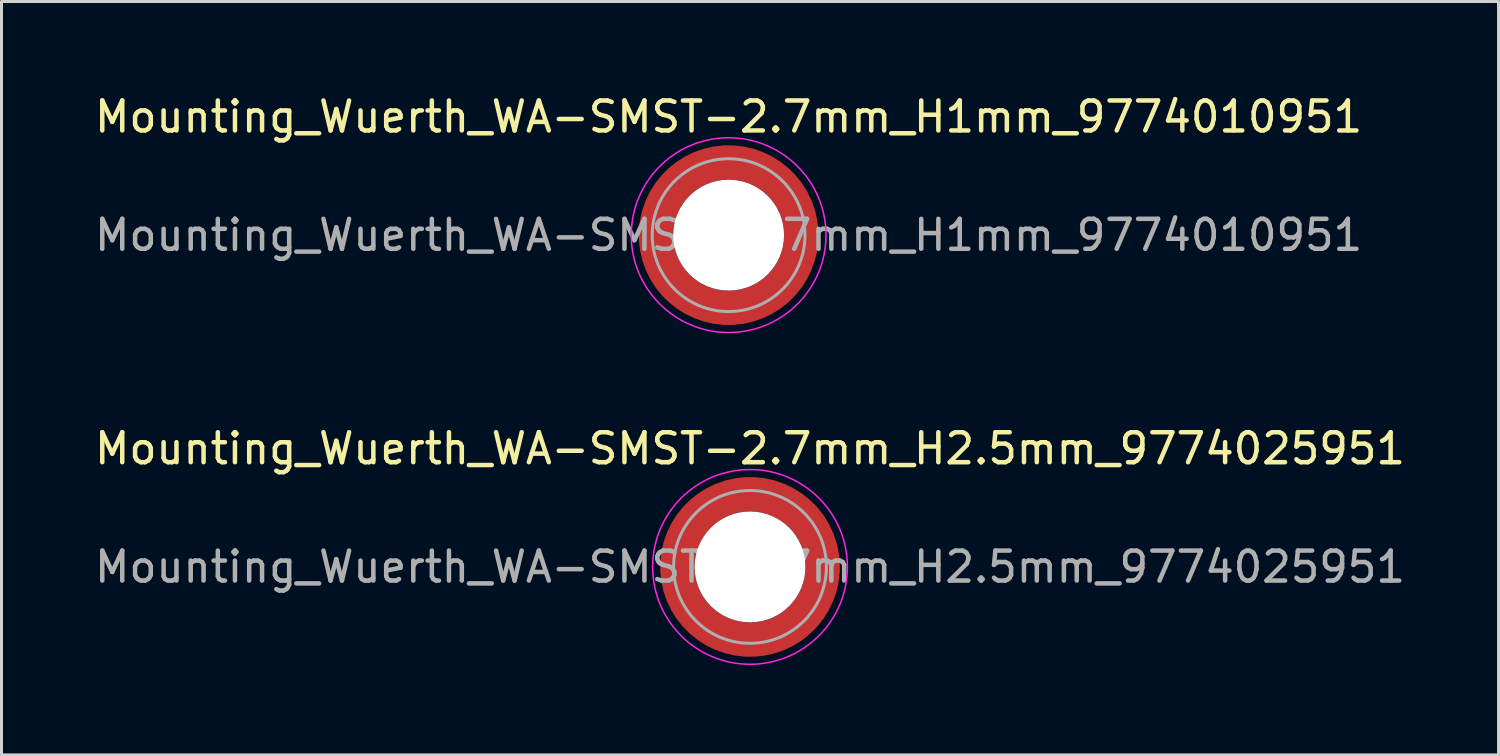
<source format=kicad_pcb>
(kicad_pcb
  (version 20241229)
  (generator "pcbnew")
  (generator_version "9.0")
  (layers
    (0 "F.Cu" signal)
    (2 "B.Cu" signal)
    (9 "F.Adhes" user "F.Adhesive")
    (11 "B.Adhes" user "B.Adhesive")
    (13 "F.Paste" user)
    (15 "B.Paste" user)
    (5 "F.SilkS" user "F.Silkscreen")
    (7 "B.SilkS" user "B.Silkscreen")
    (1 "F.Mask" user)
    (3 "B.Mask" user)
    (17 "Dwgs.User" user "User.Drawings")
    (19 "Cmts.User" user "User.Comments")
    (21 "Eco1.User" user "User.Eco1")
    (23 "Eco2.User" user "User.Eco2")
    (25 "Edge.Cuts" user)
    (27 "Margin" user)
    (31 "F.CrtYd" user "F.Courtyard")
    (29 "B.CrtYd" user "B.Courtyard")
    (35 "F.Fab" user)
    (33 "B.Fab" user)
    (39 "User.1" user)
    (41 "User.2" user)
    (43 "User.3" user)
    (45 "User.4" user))
  (footprint "Mounting_Wuerth_WA-SMST-2.7mm_H1mm_9774010951"
    (layer "F.Cu")
    (at 21.268 4.798)
    (property "Reference" "Mounting_Wuerth_WA-SMST-2.7mm_H1mm_9774010951" (at 0 -3.95 0) (layer "F.SilkS") (effects (font (size 1 1) (thickness 0.15))))
    (attr smd)
    (fp_circle (center 0 0) (end 3.25 0) (stroke (width 0.05) (type solid)) (fill no) (layer "F.CrtYd"))
    (fp_circle (center 0 0) (end 2.55 0) (stroke (width 0.1) (type solid)) (fill no) (layer "F.Fab"))
    (fp_text user "${REFERENCE}" (at 0 0 0) (layer "F.Fab") (effects (font (size 1 1) (thickness 0.15))))
    (pad "" smd custom (at -1.704 -1.704) (size 0.62 0.62) (layers "F.Paste") (options (anchor circle)) (primitives (gr_arc (start -0.250195 1.279127) (mid 0.289146 0.290681) (end 1.277006 -0.249732) (width 0.2)) (gr_arc (start -0.34334 1.279127) (mid 0.224883 0.226093) (end 1.277452 -0.342992) (width 0.2)) (gr_arc (start -0.436309 1.279127) (mid 0.160537 0.16159) (end 1.277666 -0.436018) (width 0.2)) (gr_arc (start -0.529126 1.279127) (mid 0.095932 0.097343) (end 1.277167 -0.528752) (width 0.2)) (gr_arc (start -0.621807 1.279127) (mid 0.0309 0.033527) (end 1.275473 -0.621136) (width 0.2)) (gr_arc (start -0.71437 1.279127) (mid -0.03322 -0.031206) (end 1.276322 -0.713875) (width 0.2)) (gr_arc (start -0.806826 1.279127) (mid -0.097997 -0.095278) (end 1.275336 -0.806181) (width 0.2)) (gr_arc (start -0.899187 1.279127) (mid -0.161977 -0.16015) (end 1.276577 -0.898769) (width 0.2)) (gr_arc (start -0.991463 1.279127) (mid -0.226842 -0.224133) (end 1.275343 -0.990864) (width 0.2)) (gr_arc (start -1.083663 1.279127) (mid -0.291026 -0.288801) (end 1.276016 -1.083187) (width 0.2)) (gr_line (start 1.279 -0.25) (end 1.279 -1.084) (width 0.2)) (gr_line (start -0.25 1.279) (end -1.084 1.279) (width 0.2))))
    (pad "" smd custom (at -1.704 1.704) (size 0.62 0.62) (layers "F.Paste") (options (anchor circle)) (primitives (gr_arc (start 1.279127 0.250195) (mid 0.290681 -0.289146) (end -0.249732 -1.277006) (width 0.2)) (gr_arc (start 1.279127 0.34334) (mid 0.226093 -0.224883) (end -0.342992 -1.277452) (width 0.2)) (gr_arc (start 1.279127 0.436309) (mid 0.16159 -0.160537) (end -0.436018 -1.277666) (width 0.2)) (gr_arc (start 1.279127 0.529126) (mid 0.097343 -0.095932) (end -0.528752 -1.277167) (width 0.2)) (gr_arc (start 1.279127 0.621807) (mid 0.033527 -0.0309) (end -0.621136 -1.275473) (width 0.2)) (gr_arc (start 1.279127 0.71437) (mid -0.031206 0.03322) (end -0.713875 -1.276322) (width 0.2)) (gr_arc (start 1.279127 0.806826) (mid -0.095278 0.097997) (end -0.806181 -1.275336) (width 0.2)) (gr_arc (start 1.279127 0.899187) (mid -0.16015 0.161977) (end -0.898769 -1.276577) (width 0.2)) (gr_arc (start 1.279127 0.991463) (mid -0.224133 0.226842) (end -0.990864 -1.275343) (width 0.2)) (gr_arc (start 1.279127 1.083663) (mid -0.288801 0.291026) (end -1.083187 -1.276016) (width 0.2)) (gr_line (start -0.25 -1.279) (end -1.084 -1.279) (width 0.2)) (gr_line (start 1.279 0.25) (end 1.279 1.084) (width 0.2))))
    (pad "" np_thru_hole circle (at 0 0) (size 3.7 3.7) (drill 3.7) (layers "*.Cu" "*.Mask"))
    (pad "" smd custom (at 1.704 -1.704) (size 0.62 0.62) (layers "F.Paste") (options (anchor circle)) (primitives (gr_arc (start -1.279127 -0.250195) (mid -0.290681 0.289146) (end 0.249732 1.277006) (width 0.2)) (gr_arc (start -1.279127 -0.34334) (mid -0.226093 0.224883) (end 0.342992 1.277452) (width 0.2)) (gr_arc (start -1.279127 -0.436309) (mid -0.16159 0.160537) (end 0.436018 1.277666) (width 0.2)) (gr_arc (start -1.279127 -0.529126) (mid -0.097343 0.095932) (end 0.528752 1.277167) (width 0.2)) (gr_arc (start -1.279127 -0.621807) (mid -0.033527 0.0309) (end 0.621136 1.275473) (width 0.2)) (gr_arc (start -1.279127 -0.71437) (mid 0.031206 -0.03322) (end 0.713875 1.276322) (width 0.2)) (gr_arc (start -1.279127 -0.806826) (mid 0.095278 -0.097997) (end 0.806181 1.275336) (width 0.2)) (gr_arc (start -1.279127 -0.899187) (mid 0.16015 -0.161977) (end 0.898769 1.276577) (width 0.2)) (gr_arc (start -1.279127 -0.991463) (mid 0.224133 -0.226842) (end 0.990864 1.275343) (width 0.2)) (gr_arc (start -1.279127 -1.083663) (mid 0.288801 -0.291026) (end 1.083187 1.276016) (width 0.2)) (gr_line (start 0.25 1.279) (end 1.084 1.279) (width 0.2)) (gr_line (start -1.279 -0.25) (end -1.279 -1.084) (width 0.2))))
    (pad "" smd custom (at 1.704 1.704) (size 0.62 0.62) (layers "F.Paste") (options (anchor circle)) (primitives (gr_arc (start 0.250195 -1.279127) (mid -0.289146 -0.290681) (end -1.277006 0.249732) (width 0.2)) (gr_arc (start 0.34334 -1.279127) (mid -0.224883 -0.226093) (end -1.277452 0.342992) (width 0.2)) (gr_arc (start 0.436309 -1.279127) (mid -0.160537 -0.16159) (end -1.277666 0.436018) (width 0.2)) (gr_arc (start 0.529126 -1.279127) (mid -0.095932 -0.097343) (end -1.277167 0.528752) (width 0.2)) (gr_arc (start 0.621807 -1.279127) (mid -0.0309 -0.033527) (end -1.275473 0.621136) (width 0.2)) (gr_arc (start 0.71437 -1.279127) (mid 0.03322 0.031206) (end -1.276322 0.713875) (width 0.2)) (gr_arc (start 0.806826 -1.279127) (mid 0.097997 0.095278) (end -1.275336 0.806181) (width 0.2)) (gr_arc (start 0.899187 -1.279127) (mid 0.161977 0.16015) (end -1.276577 0.898769) (width 0.2)) (gr_arc (start 0.991463 -1.279127) (mid 0.226842 0.224133) (end -1.275343 0.990864) (width 0.2)) (gr_arc (start 1.083663 -1.279127) (mid 0.291026 0.288801) (end -1.276016 1.083187) (width 0.2)) (gr_line (start -1.279 0.25) (end -1.279 1.084) (width 0.2)) (gr_line (start 0.25 -1.279) (end 1.084 -1.279) (width 0.2))))
    (pad "1" smd circle (at -2.425 0) (size 0.75 0.75) (layers "F.Cu"))
    (pad "1" smd circle (at 0 -2.425) (size 0.75 0.75) (layers "F.Cu"))
    (pad "1" smd circle (at 0 2.425) (size 0.75 0.75) (layers "F.Cu"))
    (pad "1" smd custom (at 2.425 0) (size 0.75 0.75) (layers "F.Cu" "F.Mask") (options (anchor circle)) (primitives (gr_circle (center -2.425 0) (end 0 0) (width 1.15) (fill no)))))
  (footprint "Mounting_Wuerth_WA-SMST-2.7mm_H2.5mm_9774025951"
    (layer "F.Cu")
    (at 21.982 15.871)
    (property "Reference" "Mounting_Wuerth_WA-SMST-2.7mm_H2.5mm_9774025951" (at 0 -3.95 0) (layer "F.SilkS") (effects (font (size 1 1) (thickness 0.15))))
    (attr smd)
    (fp_circle (center 0 0) (end 3.25 0) (stroke (width 0.05) (type solid)) (fill no) (layer "F.CrtYd"))
    (fp_circle (center 0 0) (end 2.55 0) (stroke (width 0.1) (type solid)) (fill no) (layer "F.Fab"))
    (fp_text user "${REFERENCE}" (at 0 0 0) (layer "F.Fab") (effects (font (size 1 1) (thickness 0.15))))
    (pad "" smd custom (at -1.704 -1.704) (size 0.62 0.62) (layers "F.Paste") (options (anchor circle)) (primitives (gr_arc (start -0.250195 1.279127) (mid 0.289146 0.290681) (end 1.277006 -0.249732) (width 0.2)) (gr_arc (start -0.34334 1.279127) (mid 0.224883 0.226093) (end 1.277452 -0.342992) (width 0.2)) (gr_arc (start -0.436309 1.279127) (mid 0.160537 0.16159) (end 1.277666 -0.436018) (width 0.2)) (gr_arc (start -0.529126 1.279127) (mid 0.095932 0.097343) (end 1.277167 -0.528752) (width 0.2)) (gr_arc (start -0.621807 1.279127) (mid 0.0309 0.033527) (end 1.275473 -0.621136) (width 0.2)) (gr_arc (start -0.71437 1.279127) (mid -0.03322 -0.031206) (end 1.276322 -0.713875) (width 0.2)) (gr_arc (start -0.806826 1.279127) (mid -0.097997 -0.095278) (end 1.275336 -0.806181) (width 0.2)) (gr_arc (start -0.899187 1.279127) (mid -0.161977 -0.16015) (end 1.276577 -0.898769) (width 0.2)) (gr_arc (start -0.991463 1.279127) (mid -0.226842 -0.224133) (end 1.275343 -0.990864) (width 0.2)) (gr_arc (start -1.083663 1.279127) (mid -0.291026 -0.288801) (end 1.276016 -1.083187) (width 0.2)) (gr_line (start 1.279 -0.25) (end 1.279 -1.084) (width 0.2)) (gr_line (start -0.25 1.279) (end -1.084 1.279) (width 0.2))))
    (pad "" smd custom (at -1.704 1.704) (size 0.62 0.62) (layers "F.Paste") (options (anchor circle)) (primitives (gr_arc (start 1.279127 0.250195) (mid 0.290681 -0.289146) (end -0.249732 -1.277006) (width 0.2)) (gr_arc (start 1.279127 0.34334) (mid 0.226093 -0.224883) (end -0.342992 -1.277452) (width 0.2)) (gr_arc (start 1.279127 0.436309) (mid 0.16159 -0.160537) (end -0.436018 -1.277666) (width 0.2)) (gr_arc (start 1.279127 0.529126) (mid 0.097343 -0.095932) (end -0.528752 -1.277167) (width 0.2)) (gr_arc (start 1.279127 0.621807) (mid 0.033527 -0.0309) (end -0.621136 -1.275473) (width 0.2)) (gr_arc (start 1.279127 0.71437) (mid -0.031206 0.03322) (end -0.713875 -1.276322) (width 0.2)) (gr_arc (start 1.279127 0.806826) (mid -0.095278 0.097997) (end -0.806181 -1.275336) (width 0.2)) (gr_arc (start 1.279127 0.899187) (mid -0.16015 0.161977) (end -0.898769 -1.276577) (width 0.2)) (gr_arc (start 1.279127 0.991463) (mid -0.224133 0.226842) (end -0.990864 -1.275343) (width 0.2)) (gr_arc (start 1.279127 1.083663) (mid -0.288801 0.291026) (end -1.083187 -1.276016) (width 0.2)) (gr_line (start -0.25 -1.279) (end -1.084 -1.279) (width 0.2)) (gr_line (start 1.279 0.25) (end 1.279 1.084) (width 0.2))))
    (pad "" np_thru_hole circle (at 0 0) (size 3.7 3.7) (drill 3.7) (layers "*.Cu" "*.Mask"))
    (pad "" smd custom (at 1.704 -1.704) (size 0.62 0.62) (layers "F.Paste") (options (anchor circle)) (primitives (gr_arc (start -1.279127 -0.250195) (mid -0.290681 0.289146) (end 0.249732 1.277006) (width 0.2)) (gr_arc (start -1.279127 -0.34334) (mid -0.226093 0.224883) (end 0.342992 1.277452) (width 0.2)) (gr_arc (start -1.279127 -0.436309) (mid -0.16159 0.160537) (end 0.436018 1.277666) (width 0.2)) (gr_arc (start -1.279127 -0.529126) (mid -0.097343 0.095932) (end 0.528752 1.277167) (width 0.2)) (gr_arc (start -1.279127 -0.621807) (mid -0.033527 0.0309) (end 0.621136 1.275473) (width 0.2)) (gr_arc (start -1.279127 -0.71437) (mid 0.031206 -0.03322) (end 0.713875 1.276322) (width 0.2)) (gr_arc (start -1.279127 -0.806826) (mid 0.095278 -0.097997) (end 0.806181 1.275336) (width 0.2)) (gr_arc (start -1.279127 -0.899187) (mid 0.16015 -0.161977) (end 0.898769 1.276577) (width 0.2)) (gr_arc (start -1.279127 -0.991463) (mid 0.224133 -0.226842) (end 0.990864 1.275343) (width 0.2)) (gr_arc (start -1.279127 -1.083663) (mid 0.288801 -0.291026) (end 1.083187 1.276016) (width 0.2)) (gr_line (start 0.25 1.279) (end 1.084 1.279) (width 0.2)) (gr_line (start -1.279 -0.25) (end -1.279 -1.084) (width 0.2))))
    (pad "" smd custom (at 1.704 1.704) (size 0.62 0.62) (layers "F.Paste") (options (anchor circle)) (primitives (gr_arc (start 0.250195 -1.279127) (mid -0.289146 -0.290681) (end -1.277006 0.249732) (width 0.2)) (gr_arc (start 0.34334 -1.279127) (mid -0.224883 -0.226093) (end -1.277452 0.342992) (width 0.2)) (gr_arc (start 0.436309 -1.279127) (mid -0.160537 -0.16159) (end -1.277666 0.436018) (width 0.2)) (gr_arc (start 0.529126 -1.279127) (mid -0.095932 -0.097343) (end -1.277167 0.528752) (width 0.2)) (gr_arc (start 0.621807 -1.279127) (mid -0.0309 -0.033527) (end -1.275473 0.621136) (width 0.2)) (gr_arc (start 0.71437 -1.279127) (mid 0.03322 0.031206) (end -1.276322 0.713875) (width 0.2)) (gr_arc (start 0.806826 -1.279127) (mid 0.097997 0.095278) (end -1.275336 0.806181) (width 0.2)) (gr_arc (start 0.899187 -1.279127) (mid 0.161977 0.16015) (end -1.276577 0.898769) (width 0.2)) (gr_arc (start 0.991463 -1.279127) (mid 0.226842 0.224133) (end -1.275343 0.990864) (width 0.2)) (gr_arc (start 1.083663 -1.279127) (mid 0.291026 0.288801) (end -1.276016 1.083187) (width 0.2)) (gr_line (start -1.279 0.25) (end -1.279 1.084) (width 0.2)) (gr_line (start 0.25 -1.279) (end 1.084 -1.279) (width 0.2))))
    (pad "1" smd circle (at -2.425 0) (size 0.75 0.75) (layers "F.Cu"))
    (pad "1" smd circle (at 0 -2.425) (size 0.75 0.75) (layers "F.Cu"))
    (pad "1" smd circle (at 0 2.425) (size 0.75 0.75) (layers "F.Cu"))
    (pad "1" smd custom (at 2.425 0) (size 0.75 0.75) (layers "F.Cu" "F.Mask") (options (anchor circle)) (primitives (gr_circle (center -2.425 0) (end 0 0) (width 1.15) (fill no)))))
  (gr_rect
    (start -3 -3)
    (end 46.964 22.146)
    (stroke (width 0.1) (type default))
    (fill no)
    (layer "Edge.Cuts")))
</source>
